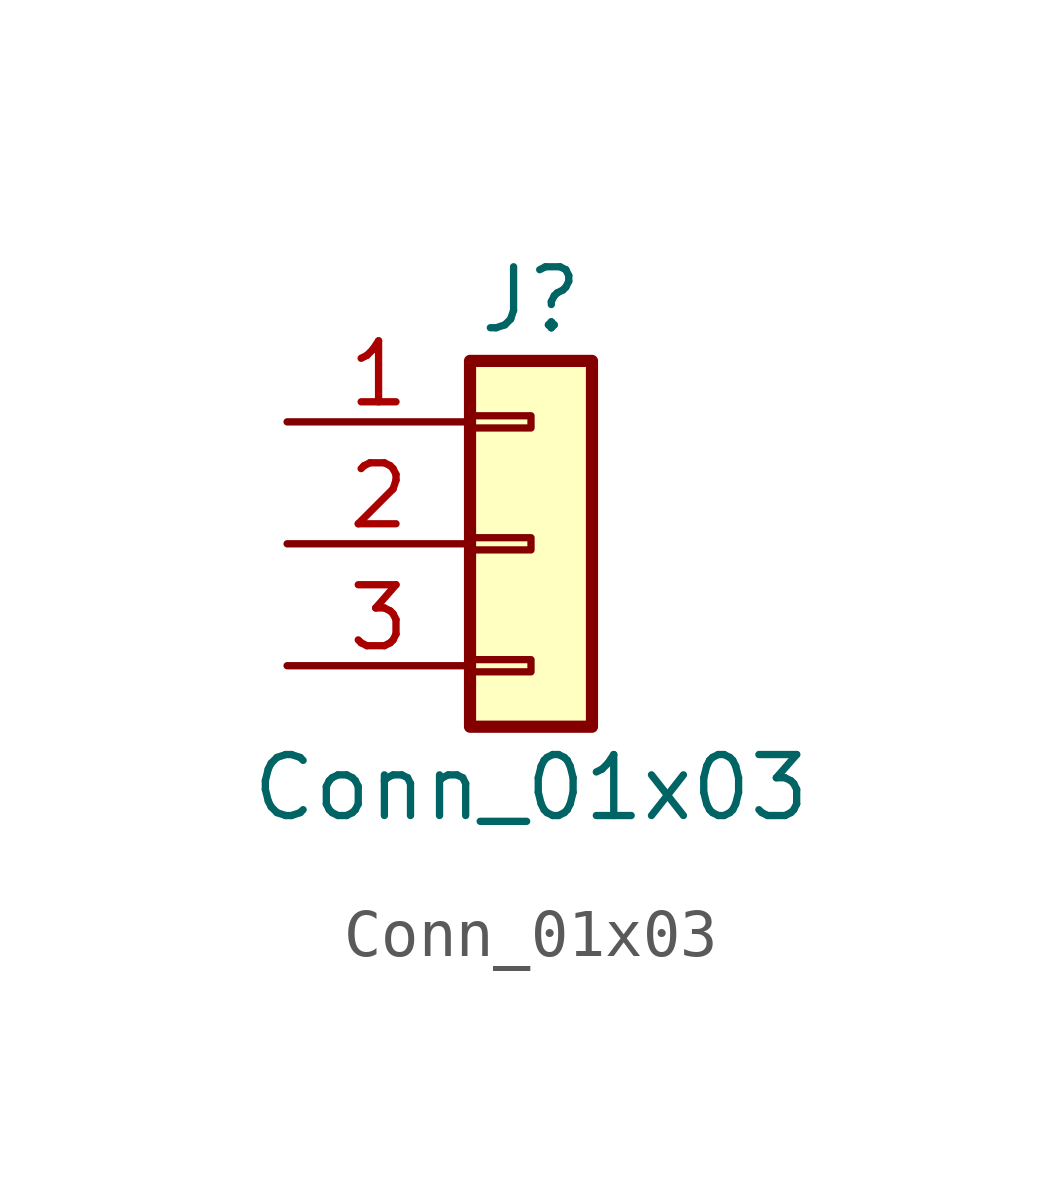
<source format=kicad_sym>
(kicad_symbol_lib
  (version 20241209)
  (generator "kicad_symbol_editor")
  (generator_version "9.0")
  (symbol "Conn_01x03"
    (pin_names
      (offset 1.016)
      (hide yes))
    (property "Reference" "J"
      (at 0 2.54 0)
      (effects (font (size 1.27 1.27))))
    (property "Value" "Conn_01x03"
      (at 0 -7.62 0)
      (effects (font (size 1.27 1.27))))
    (symbol "Conn_01x03_1_1"
      (rectangle (start -1.27 1.27) (end 1.27 -6.35) (stroke (width 0.254) (type default)) (fill (type background)))
      (rectangle (start -1.27 0.127) (end 0 -0.127) (stroke (width 0.152) (type default)) (fill (type none)))
      (rectangle (start -1.27 -2.413) (end 0 -2.667) (stroke (width 0.152) (type default)) (fill (type none)))
      (rectangle (start -1.27 -4.953) (end 0 -5.207) (stroke (width 0.152) (type default)) (fill (type none)))
      (pin passive line (at -5.08 0 0) (length 3.81) (name "Pin_1" (effects (font (size 1.27 1.27)))) (number "1" (effects (font (size 1.27 1.27)))))
      (pin passive line (at -5.08 -2.54 0) (length 3.81) (name "Pin_2" (effects (font (size 1.27 1.27)))) (number "2" (effects (font (size 1.27 1.27)))))
      (pin passive line (at -5.08 -5.08 0) (length 3.81) (name "Pin_3" (effects (font (size 1.27 1.27)))) (number "3" (effects (font (size 1.27 1.27))))))))
</source>
